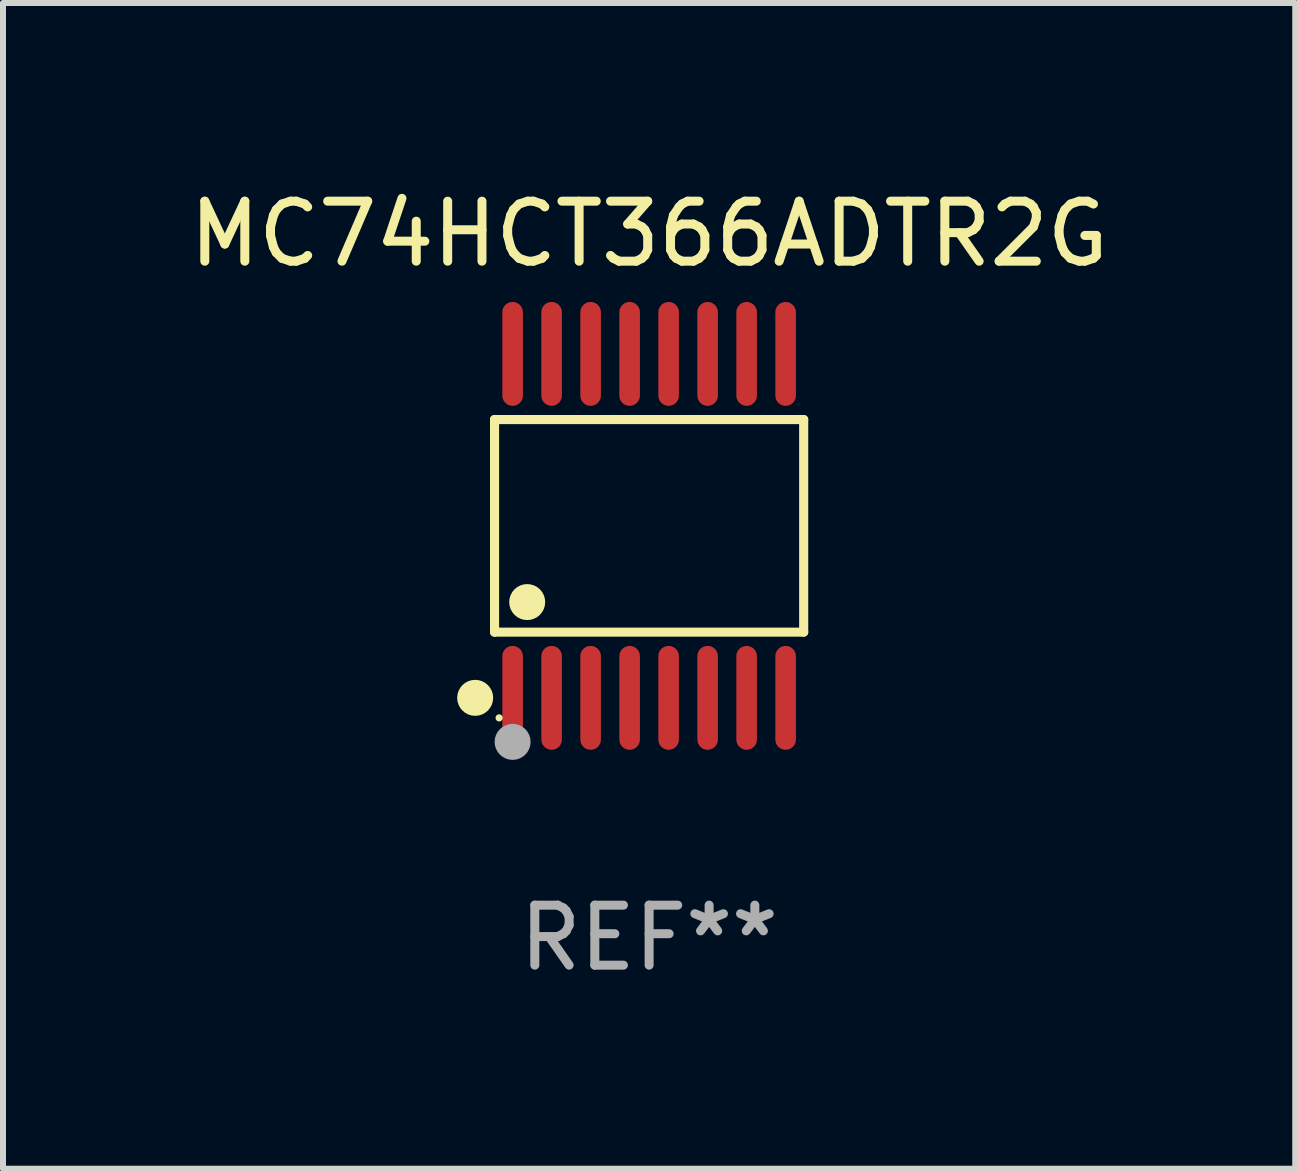
<source format=kicad_pcb>
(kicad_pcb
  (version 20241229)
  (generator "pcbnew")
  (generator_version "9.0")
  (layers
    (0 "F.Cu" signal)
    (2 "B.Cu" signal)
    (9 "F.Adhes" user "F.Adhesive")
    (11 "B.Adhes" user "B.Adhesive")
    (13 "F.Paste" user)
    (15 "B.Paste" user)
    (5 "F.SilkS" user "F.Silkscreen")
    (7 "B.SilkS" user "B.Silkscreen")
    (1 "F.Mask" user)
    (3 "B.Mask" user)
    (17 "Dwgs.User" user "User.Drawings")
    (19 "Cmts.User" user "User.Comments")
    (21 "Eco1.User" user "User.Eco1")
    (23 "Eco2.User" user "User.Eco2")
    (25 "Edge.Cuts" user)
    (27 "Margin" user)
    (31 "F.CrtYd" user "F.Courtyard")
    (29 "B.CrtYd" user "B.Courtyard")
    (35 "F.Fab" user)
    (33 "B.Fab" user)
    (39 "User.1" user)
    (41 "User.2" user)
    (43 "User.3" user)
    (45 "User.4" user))
  (footprint "MC74HCT366ADTR2G"
    (layer "F.Cu")
    (at 7.768 5.714)
    (property "Reference" "MC74HCT366ADTR2G" (at 0 -4.866 0) (layer "F.SilkS") (effects (font (size 1 1) (thickness 0.15))))
    (attr through_hole)
    (fp_line (start -2.576 -1.772) (end 2.576 -1.772) (stroke (width 0.152) (type solid)) (layer "F.SilkS"))
    (fp_line (start -2.576 1.771) (end -2.576 -1.772) (stroke (width 0.152) (type solid)) (layer "F.SilkS"))
    (fp_line (start 2.576 -1.772) (end 2.576 1.771) (stroke (width 0.152) (type solid)) (layer "F.SilkS"))
    (fp_line (start 2.576 1.771) (end -2.576 1.771) (stroke (width 0.152) (type solid)) (layer "F.SilkS"))
    (fp_circle (center -2.899 2.866) (end -2.749 2.866) (stroke (width 0.3) (type solid)) (fill no) (layer "F.SilkS"))
    (fp_circle (center -2.5 3.2) (end -2.47 3.2) (stroke (width 0.06) (type solid)) (fill no) (layer "F.SilkS"))
    (fp_circle (center -2.032 1.27) (end -1.882 1.27) (stroke (width 0.3) (type solid)) (fill no) (layer "F.SilkS"))
    (fp_circle (center -2.275 3.6) (end -2.125 3.6) (stroke (width 0.3) (type solid)) (fill no) (layer "F.Fab"))
    (fp_text user "REF**" (at 0 6.866 0) (layer "F.Fab") (effects (font (size 1 1) (thickness 0.15))))
    (pad "1" smd oval (at -2.275 2.866) (size 0.343 1.731) (layers "F.Cu" "F.Mask" "F.Paste"))
    (pad "2" smd oval (at -1.625 2.866) (size 0.343 1.731) (layers "F.Cu" "F.Mask" "F.Paste"))
    (pad "3" smd oval (at -0.975 2.866) (size 0.343 1.731) (layers "F.Cu" "F.Mask" "F.Paste"))
    (pad "4" smd oval (at -0.325 2.866) (size 0.343 1.731) (layers "F.Cu" "F.Mask" "F.Paste"))
    (pad "5" smd oval (at 0.325 2.866) (size 0.343 1.731) (layers "F.Cu" "F.Mask" "F.Paste"))
    (pad "6" smd oval (at 0.975 2.866) (size 0.343 1.731) (layers "F.Cu" "F.Mask" "F.Paste"))
    (pad "7" smd oval (at 1.625 2.866) (size 0.343 1.731) (layers "F.Cu" "F.Mask" "F.Paste"))
    (pad "8" smd oval (at 2.275 2.866) (size 0.343 1.731) (layers "F.Cu" "F.Mask" "F.Paste"))
    (pad "9" smd oval (at 2.275 -2.866) (size 0.343 1.731) (layers "F.Cu" "F.Mask" "F.Paste"))
    (pad "10" smd oval (at 1.625 -2.866) (size 0.343 1.731) (layers "F.Cu" "F.Mask" "F.Paste"))
    (pad "11" smd oval (at 0.975 -2.866) (size 0.343 1.731) (layers "F.Cu" "F.Mask" "F.Paste"))
    (pad "12" smd oval (at 0.325 -2.866) (size 0.343 1.731) (layers "F.Cu" "F.Mask" "F.Paste"))
    (pad "13" smd oval (at -0.325 -2.866) (size 0.343 1.731) (layers "F.Cu" "F.Mask" "F.Paste"))
    (pad "14" smd oval (at -0.975 -2.866) (size 0.343 1.731) (layers "F.Cu" "F.Mask" "F.Paste"))
    (pad "15" smd oval (at -1.625 -2.866) (size 0.343 1.731) (layers "F.Cu" "F.Mask" "F.Paste"))
    (pad "16" smd oval (at -2.275 -2.866) (size 0.343 1.731) (layers "F.Cu" "F.Mask" "F.Paste")))
  (gr_rect
    (start -3 -3)
    (end 18.536 16.428)
    (stroke (width 0.1) (type default))
    (fill no)
    (layer "Edge.Cuts")))
</source>
